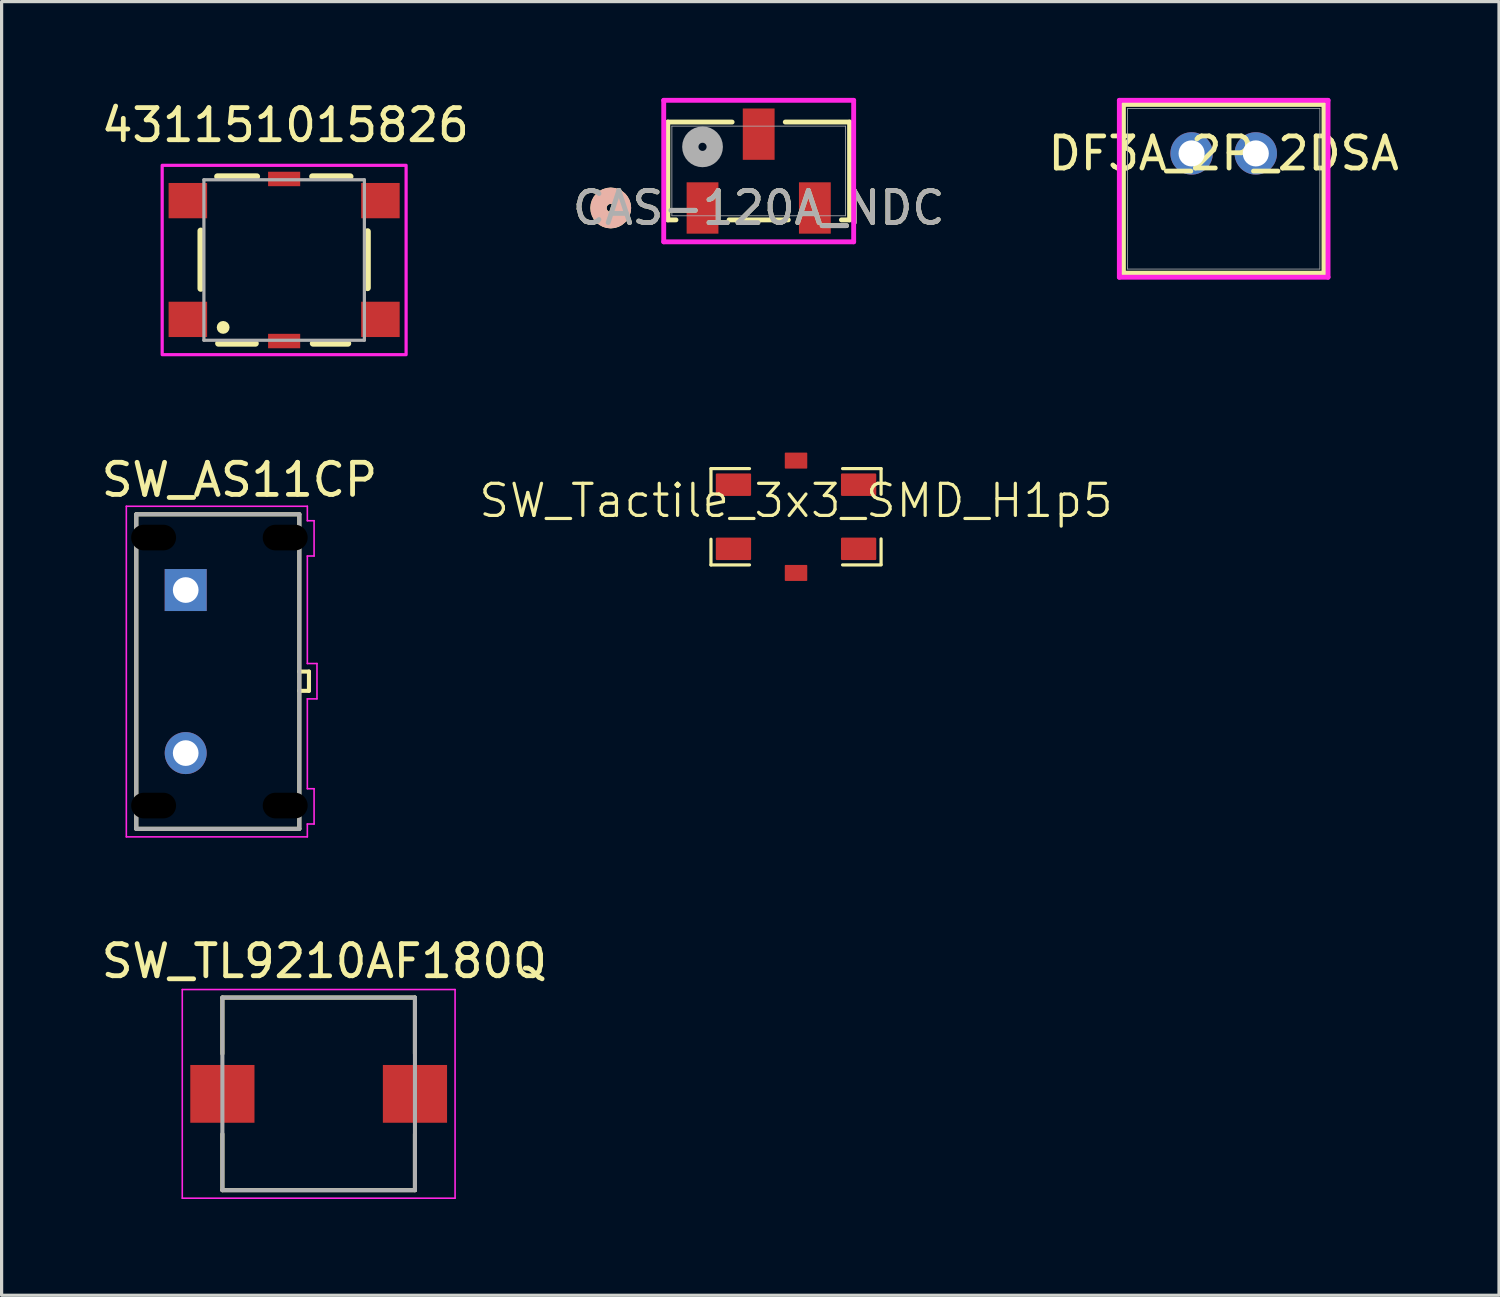
<source format=kicad_pcb>
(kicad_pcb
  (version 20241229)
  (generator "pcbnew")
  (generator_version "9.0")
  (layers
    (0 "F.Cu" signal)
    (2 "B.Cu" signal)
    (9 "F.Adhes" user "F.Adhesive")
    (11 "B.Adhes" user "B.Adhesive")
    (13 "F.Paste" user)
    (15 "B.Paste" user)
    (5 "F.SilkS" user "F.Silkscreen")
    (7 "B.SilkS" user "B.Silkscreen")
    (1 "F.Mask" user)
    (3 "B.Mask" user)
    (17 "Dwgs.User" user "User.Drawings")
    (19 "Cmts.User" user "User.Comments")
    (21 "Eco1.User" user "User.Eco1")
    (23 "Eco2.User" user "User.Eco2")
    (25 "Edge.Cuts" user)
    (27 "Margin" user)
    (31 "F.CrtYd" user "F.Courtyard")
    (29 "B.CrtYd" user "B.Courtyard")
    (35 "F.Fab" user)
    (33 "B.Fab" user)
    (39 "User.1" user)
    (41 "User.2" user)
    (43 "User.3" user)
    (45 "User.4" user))
  (footprint "431151015826"
    (layer "F.Cu")
    (at 5.803 5.051)
    (property "Reference" "431151015826" (at 0.036 -4.203 0) (layer "F.SilkS") (effects (font (size 1 1) (thickness 0.15))))
    (attr smd)
    (fp_line (start -2.6 -0.91) (end -2.6 0.89) (stroke (width 0.2) (type solid)) (layer "F.SilkS"))
    (fp_line (start -2.05 2.6) (end -0.89 2.6) (stroke (width 0.2) (type solid)) (layer "F.SilkS"))
    (fp_line (start -0.85 -2.6) (end -2.08 -2.6) (stroke (width 0.2) (type solid)) (layer "F.SilkS"))
    (fp_line (start 0.88 -2.6) (end 2.06 -2.6) (stroke (width 0.2) (type solid)) (layer "F.SilkS"))
    (fp_line (start 1.99 2.6) (end 0.9 2.6) (stroke (width 0.2) (type solid)) (layer "F.SilkS"))
    (fp_line (start 2.6 -0.89) (end 2.6 0.87) (stroke (width 0.2) (type solid)) (layer "F.SilkS"))
    (fp_circle (center -1.9 2.1) (end -1.8 2.1) (stroke (width 0.2) (type solid)) (fill no) (layer "F.SilkS"))
    (fp_poly (pts (xy -3.8 -2.95) (xy 3.8 -2.95) (xy 3.8 2.95) (xy -3.8 2.95)) (stroke (width 0.1) (type solid)) (fill no) (layer "F.CrtYd"))
    (fp_line (start -2.5 -2.5) (end 2.5 -2.5) (stroke (width 0.1) (type solid)) (layer "F.Fab"))
    (fp_line (start -2.5 2.5) (end -2.5 -2.5) (stroke (width 0.1) (type solid)) (layer "F.Fab"))
    (fp_line (start 2.5 -2.5) (end 2.5 2.5) (stroke (width 0.1) (type solid)) (layer "F.Fab"))
    (fp_line (start 2.5 2.5) (end -2.5 2.5) (stroke (width 0.1) (type solid)) (layer "F.Fab"))
    (pad "1" smd rect (at -3 1.85) (size 1.2 1.1) (layers "F.Cu" "F.Mask" "F.Paste"))
    (pad "2" smd rect (at -3 -1.85) (size 1.2 1.1) (layers "F.Cu" "F.Mask" "F.Paste"))
    (pad "3" smd rect (at 3 1.85) (size 1.2 1.1) (layers "F.Cu" "F.Mask" "F.Paste"))
    (pad "4" smd rect (at 3 -1.85) (size 1.2 1.1) (layers "F.Cu" "F.Mask" "F.Paste"))
    (pad "GND1" smd rect (at 0 -2.525) (size 1 0.45) (layers "F.Cu" "F.Mask" "F.Paste"))
    (pad "GND2" smd rect (at 0 2.525) (size 1 0.45) (layers "F.Cu" "F.Mask" "F.Paste")))
  (footprint "DF3A_2P_2DSA"
    (layer "F.Cu")
    (at 34.077 1.73)
    (property "Reference" "DF3A_2P_2DSA" (at 1 0 0) (unlocked yes) (layer "F.SilkS") (effects (font (size 1 1) (thickness 0.15))))
    (attr through_hole)
    (fp_line (start -2.124 -1.527) (end -2.124 3.731) (stroke (width 0.152) (type solid)) (layer "F.SilkS"))
    (fp_line (start -2.124 3.731) (end 4.124 3.731) (stroke (width 0.152) (type solid)) (layer "F.SilkS"))
    (fp_line (start 4.124 -1.527) (end -2.124 -1.527) (stroke (width 0.152) (type solid)) (layer "F.SilkS"))
    (fp_line (start 4.124 3.731) (end 4.124 -1.527) (stroke (width 0.152) (type solid)) (layer "F.SilkS"))
    (fp_line (start -2.251 -1.654) (end -2.251 3.858) (stroke (width 0.152) (type solid)) (layer "F.CrtYd"))
    (fp_line (start -2.251 3.858) (end 4.251 3.858) (stroke (width 0.152) (type solid)) (layer "F.CrtYd"))
    (fp_line (start 4.251 -1.654) (end -2.251 -1.654) (stroke (width 0.152) (type solid)) (layer "F.CrtYd"))
    (fp_line (start 4.251 3.858) (end 4.251 -1.654) (stroke (width 0.152) (type solid)) (layer "F.CrtYd"))
    (fp_line (start -1.997 -1.4) (end -1.997 3.604) (stroke (width 0.025) (type solid)) (layer "F.Fab"))
    (fp_line (start -1.997 3.604) (end 3.997 3.604) (stroke (width 0.025) (type solid)) (layer "F.Fab"))
    (fp_line (start 3.997 -1.4) (end -1.997 -1.4) (stroke (width 0.025) (type solid)) (layer "F.Fab"))
    (fp_line (start 3.997 3.604) (end 3.997 -1.4) (stroke (width 0.025) (type solid)) (layer "F.Fab"))
    (pad "1" thru_hole circle (at 0 0) (size 1.321 1.321) (drill 0.813) (layers "*.Cu" "*.Mask"))
    (pad "2" thru_hole circle (at 2 0) (size 1.321 1.321) (drill 0.813) (layers "*.Cu" "*.Mask")))
  (footprint "CAS-120A_NDC"
    (layer "F.Cu")
    (at 20.589 2.277)
    (property "Reference" "CAS-120A_NDC" (at 0 1.153 0) (unlocked yes) (layer "F.SilkS") (effects (font (size 1 1) (thickness 0.15))))
    (attr smd)
    (fp_line (start -2.832 -1.524) (end -2.832 1.524) (stroke (width 0.152) (type solid)) (layer "F.SilkS"))
    (fp_line (start -2.832 1.524) (end -2.578 1.524) (stroke (width 0.152) (type solid)) (layer "F.SilkS"))
    (fp_line (start -0.922 1.524) (end 0.922 1.524) (stroke (width 0.152) (type solid)) (layer "F.SilkS"))
    (fp_line (start -0.828 -1.524) (end -2.832 -1.524) (stroke (width 0.152) (type solid)) (layer "F.SilkS"))
    (fp_line (start 2.578 1.524) (end 2.832 1.524) (stroke (width 0.152) (type solid)) (layer "F.SilkS"))
    (fp_line (start 2.832 -1.524) (end 0.828 -1.524) (stroke (width 0.152) (type solid)) (layer "F.SilkS"))
    (fp_line (start 2.832 1.524) (end 2.832 -1.524) (stroke (width 0.152) (type solid)) (layer "F.SilkS"))
    (fp_circle (center -4.61 1.153) (end -4.229 1.153) (stroke (width 0.508) (type solid)) (fill no) (layer "F.SilkS"))
    (fp_circle (center -4.61 1.153) (end -4.229 1.153) (stroke (width 0.508) (type solid)) (fill no) (layer "B.SilkS"))
    (fp_line (start -2.959 -2.201) (end -2.959 2.207) (stroke (width 0.152) (type solid)) (layer "F.CrtYd"))
    (fp_line (start -2.959 2.207) (end 2.959 2.207) (stroke (width 0.152) (type solid)) (layer "F.CrtYd"))
    (fp_line (start 2.959 -2.201) (end -2.959 -2.201) (stroke (width 0.152) (type solid)) (layer "F.CrtYd"))
    (fp_line (start 2.959 2.207) (end 2.959 -2.201) (stroke (width 0.152) (type solid)) (layer "F.CrtYd"))
    (fp_line (start -2.705 -1.397) (end -2.705 1.397) (stroke (width 0.025) (type solid)) (layer "F.Fab"))
    (fp_line (start -2.705 1.397) (end 2.705 1.397) (stroke (width 0.025) (type solid)) (layer "F.Fab"))
    (fp_line (start 2.705 -1.397) (end -2.705 -1.397) (stroke (width 0.025) (type solid)) (layer "F.Fab"))
    (fp_line (start 2.705 1.397) (end 2.705 -1.397) (stroke (width 0.025) (type solid)) (layer "F.Fab"))
    (fp_circle (center -1.75 -0.752) (end -1.369 -0.752) (stroke (width 0.508) (type solid)) (fill no) (layer "F.Fab"))
    (fp_text user "${REFERENCE}" (at 0 1.153 0) (unlocked yes) (layer "F.Fab") (effects (font (size 1 1) (thickness 0.15))))
    (pad "1" smd rect (at -1.75 1.153) (size 0.991 1.6) (layers "F.Cu" "F.Mask" "F.Paste"))
    (pad "2" smd rect (at 0 -1.147) (size 0.991 1.6) (layers "F.Cu" "F.Mask" "F.Paste"))
    (pad "3" smd rect (at 1.75 1.153) (size 0.991 1.6) (layers "F.Cu" "F.Mask" "F.Paste")))
  (footprint "SW_Tactile_3x3_SMD_H1p5"
    (layer "F.Cu")
    (at 21.752 13.051)
    (property "Reference" "SW_Tactile_3x3_SMD_H1p5" (at 0 -0.5 0) (unlocked yes) (layer "F.SilkS") (effects (font (size 1 1) (thickness 0.1))))
    (attr smd)
    (fp_line (start -2.65 -1.5) (end -1.45 -1.5) (stroke (width 0.1) (type solid)) (layer "F.SilkS"))
    (fp_line (start -2.65 -0.7) (end -2.65 -1.5) (stroke (width 0.1) (type solid)) (layer "F.SilkS"))
    (fp_line (start -2.65 1.5) (end -2.65 0.7) (stroke (width 0.1) (type solid)) (layer "F.SilkS"))
    (fp_line (start -2.65 1.5) (end -1.45 1.5) (stroke (width 0.1) (type solid)) (layer "F.SilkS"))
    (fp_line (start 2.65 -1.5) (end 1.45 -1.5) (stroke (width 0.1) (type solid)) (layer "F.SilkS"))
    (fp_line (start 2.65 -1.5) (end 2.65 -0.7) (stroke (width 0.1) (type solid)) (layer "F.SilkS"))
    (fp_line (start 2.65 0.69) (end 2.65 1.49) (stroke (width 0.1) (type solid)) (layer "F.SilkS"))
    (fp_line (start 2.65 1.5) (end 1.45 1.5) (stroke (width 0.1) (type solid)) (layer "F.SilkS"))
    (pad "" smd roundrect (at 0 -1.75) (size 0.7 0.5) (layers "F.Cu" "F.Mask" "F.Paste") (roundrect_rratio 0.05))
    (pad "" smd roundrect (at 0 1.75) (size 0.7 0.5) (layers "F.Cu" "F.Mask" "F.Paste") (roundrect_rratio 0.05))
    (pad "1" smd roundrect (at -1.95 -1) (size 1.1 0.7) (layers "F.Cu" "F.Mask" "F.Paste") (roundrect_rratio 0.05))
    (pad "1" smd roundrect (at 1.95 -1) (size 1.1 0.7) (layers "F.Cu" "F.Mask" "F.Paste") (roundrect_rratio 0.05))
    (pad "2" smd roundrect (at -1.95 1) (size 1.1 0.7) (layers "F.Cu" "F.Mask" "F.Paste") (roundrect_rratio 0.05))
    (pad "2" smd roundrect (at 1.95 1) (size 1.1 0.7) (layers "F.Cu" "F.Mask" "F.Paste") (roundrect_rratio 0.05)))
  (footprint "SW_TL9210AF180Q"
    (layer "F.Cu")
    (at 6.879 31.032)
    (property "Reference" "SW_TL9210AF180Q" (at 0.175 -4.135 0) (layer "F.SilkS") (effects (font (size 1 1) (thickness 0.15))))
    (attr smd)
    (fp_line (start -3 -3) (end 3 -3) (stroke (width 0.127) (type solid)) (layer "F.SilkS"))
    (fp_line (start -3 -1.25) (end -3 -3) (stroke (width 0.127) (type solid)) (layer "F.SilkS"))
    (fp_line (start -3 3) (end -3 1.25) (stroke (width 0.127) (type solid)) (layer "F.SilkS"))
    (fp_line (start 3 -3) (end 3 -1.25) (stroke (width 0.127) (type solid)) (layer "F.SilkS"))
    (fp_line (start 3 1.25) (end 3 3) (stroke (width 0.127) (type solid)) (layer "F.SilkS"))
    (fp_line (start 3 3) (end -3 3) (stroke (width 0.127) (type solid)) (layer "F.SilkS"))
    (fp_line (start -4.25 -3.25) (end -4.25 3.25) (stroke (width 0.05) (type solid)) (layer "F.CrtYd"))
    (fp_line (start -4.25 3.25) (end 4.25 3.25) (stroke (width 0.05) (type solid)) (layer "F.CrtYd"))
    (fp_line (start 4.25 -3.25) (end -4.25 -3.25) (stroke (width 0.05) (type solid)) (layer "F.CrtYd"))
    (fp_line (start 4.25 3.25) (end 4.25 -3.25) (stroke (width 0.05) (type solid)) (layer "F.CrtYd"))
    (fp_line (start -3 -3) (end 3 -3) (stroke (width 0.127) (type solid)) (layer "F.Fab"))
    (fp_line (start -3 3) (end -3 -3) (stroke (width 0.127) (type solid)) (layer "F.Fab"))
    (fp_line (start 3 -3) (end 3 3) (stroke (width 0.127) (type solid)) (layer "F.Fab"))
    (fp_line (start 3 3) (end -3 3) (stroke (width 0.127) (type solid)) (layer "F.Fab"))
    (pad "1" smd rect (at -3 0) (size 2 1.8) (layers "F.Cu" "F.Mask" "F.Paste"))
    (pad "2" smd rect (at 3 0) (size 2 1.8) (layers "F.Cu" "F.Mask" "F.Paste")))
  (footprint "SW_AS11CP"
    (layer "F.Cu")
    (at 3.736 17.874)
    (property "Reference" "SW_AS11CP" (at 0.675 -5.975 0) (layer "F.SilkS") (effects (font (size 1 1) (thickness 0.15))))
    (attr through_hole)
    (fp_line (start -2.54 -4.9) (end 2.54 -4.9) (stroke (width 0.127) (type solid)) (layer "F.SilkS"))
    (fp_line (start -2.54 4.9) (end -2.54 -4.9) (stroke (width 0.127) (type solid)) (layer "F.SilkS"))
    (fp_line (start 2.54 -4.9) (end 2.54 0) (stroke (width 0.127) (type solid)) (layer "F.SilkS"))
    (fp_line (start 2.54 0) (end 2.54 0.6) (stroke (width 0.127) (type solid)) (layer "F.SilkS"))
    (fp_line (start 2.54 0) (end 2.84 0) (stroke (width 0.127) (type solid)) (layer "F.SilkS"))
    (fp_line (start 2.54 0.6) (end 2.54 4.9) (stroke (width 0.127) (type solid)) (layer "F.SilkS"))
    (fp_line (start 2.54 4.9) (end -2.54 4.9) (stroke (width 0.127) (type solid)) (layer "F.SilkS"))
    (fp_line (start 2.84 0) (end 2.84 0.6) (stroke (width 0.127) (type solid)) (layer "F.SilkS"))
    (fp_line (start 2.84 0.6) (end 2.54 0.6) (stroke (width 0.127) (type solid)) (layer "F.SilkS"))
    (fp_line (start -2.85 -5.15) (end 2.79 -5.15) (stroke (width 0.05) (type solid)) (layer "F.CrtYd"))
    (fp_line (start -2.85 5.15) (end -2.85 -5.15) (stroke (width 0.05) (type solid)) (layer "F.CrtYd"))
    (fp_line (start 2.79 -5.15) (end 2.79 -4.7) (stroke (width 0.05) (type solid)) (layer "F.CrtYd"))
    (fp_line (start 2.79 -4.7) (end 3 -4.7) (stroke (width 0.05) (type solid)) (layer "F.CrtYd"))
    (fp_line (start 2.79 -3.6) (end 2.79 -0.25) (stroke (width 0.05) (type default)) (layer "F.CrtYd"))
    (fp_line (start 2.79 0.85) (end 2.79 3.65) (stroke (width 0.05) (type solid)) (layer "F.CrtYd"))
    (fp_line (start 2.79 3.65) (end 3 3.65) (stroke (width 0.05) (type default)) (layer "F.CrtYd"))
    (fp_line (start 2.79 4.75) (end 2.79 5.15) (stroke (width 0.05) (type default)) (layer "F.CrtYd"))
    (fp_line (start 2.79 5.15) (end -2.85 5.15) (stroke (width 0.05) (type solid)) (layer "F.CrtYd"))
    (fp_line (start 3 -4.7) (end 3 -3.6) (stroke (width 0.05) (type solid)) (layer "F.CrtYd"))
    (fp_line (start 3 -3.6) (end 2.79 -3.6) (stroke (width 0.05) (type solid)) (layer "F.CrtYd"))
    (fp_line (start 3 3.65) (end 3 4.75) (stroke (width 0.05) (type solid)) (layer "F.CrtYd"))
    (fp_line (start 3 4.75) (end 2.79 4.75) (stroke (width 0.05) (type solid)) (layer "F.CrtYd"))
    (fp_line (start 3.09 -0.25) (end 2.79 -0.25) (stroke (width 0.05) (type default)) (layer "F.CrtYd"))
    (fp_line (start 3.09 -0.25) (end 3.09 0.85) (stroke (width 0.05) (type solid)) (layer "F.CrtYd"))
    (fp_line (start 3.09 0.85) (end 2.79 0.85) (stroke (width 0.05) (type solid)) (layer "F.CrtYd"))
    (fp_line (start -2.54 -4.9) (end 2.54 -4.9) (stroke (width 0.127) (type solid)) (layer "F.Fab"))
    (fp_line (start -2.54 4.9) (end -2.54 -4.9) (stroke (width 0.127) (type solid)) (layer "F.Fab"))
    (fp_line (start 2.54 -4.9) (end 2.54 4.9) (stroke (width 0.127) (type solid)) (layer "F.Fab"))
    (fp_line (start 2.54 4.9) (end -2.54 4.9) (stroke (width 0.127) (type solid)) (layer "F.Fab"))
    (pad "" np_thru_hole roundrect (at -2 -4.175) (size 1.4 0.8) (drill oval 1.4 0.8) (layers "*.Mask") (roundrect_rratio 0.1) (padstack (mode front_inner_back) (layer "Inner" (shape roundrect) (size 1.4 0.8) (roundrect_rratio 0.1)) (layer "B.Cu" (shape roundrect) (size 1.5 0.9) (roundrect_rratio 0.1))))
    (pad "" np_thru_hole roundrect (at -2 4.175) (size 1.4 0.8) (drill oval 1.4 0.8) (layers "*.Mask") (roundrect_rratio 0.1) (padstack (mode front_inner_back) (layer "Inner" (shape roundrect) (size 1.4 0.8) (roundrect_rratio 0.1)) (layer "B.Cu" (shape roundrect) (size 1.5 0.9) (roundrect_rratio 0.1))))
    (pad "" np_thru_hole roundrect (at 2.1 -4.175) (size 1.4 0.8) (drill oval 1.4 0.8) (layers "*.Mask") (roundrect_rratio 0.1))
    (pad "" np_thru_hole roundrect (at 2.1 4.175) (size 1.4 0.8) (drill oval 1.4 0.8) (layers "*.Mask") (roundrect_rratio 0.1))
    (pad "1" thru_hole rect (at -1 -2.54) (size 1.308 1.308) (drill 0.8) (layers "*.Cu" "*.Mask"))
    (pad "3" thru_hole circle (at -1 2.54) (size 1.308 1.308) (drill 0.8) (layers "*.Cu" "*.Mask")))
  (gr_rect
    (start -3 -3)
    (end 43.655 37.307)
    (stroke (width 0.1) (type default))
    (fill no)
    (layer "Edge.Cuts")))
</source>
